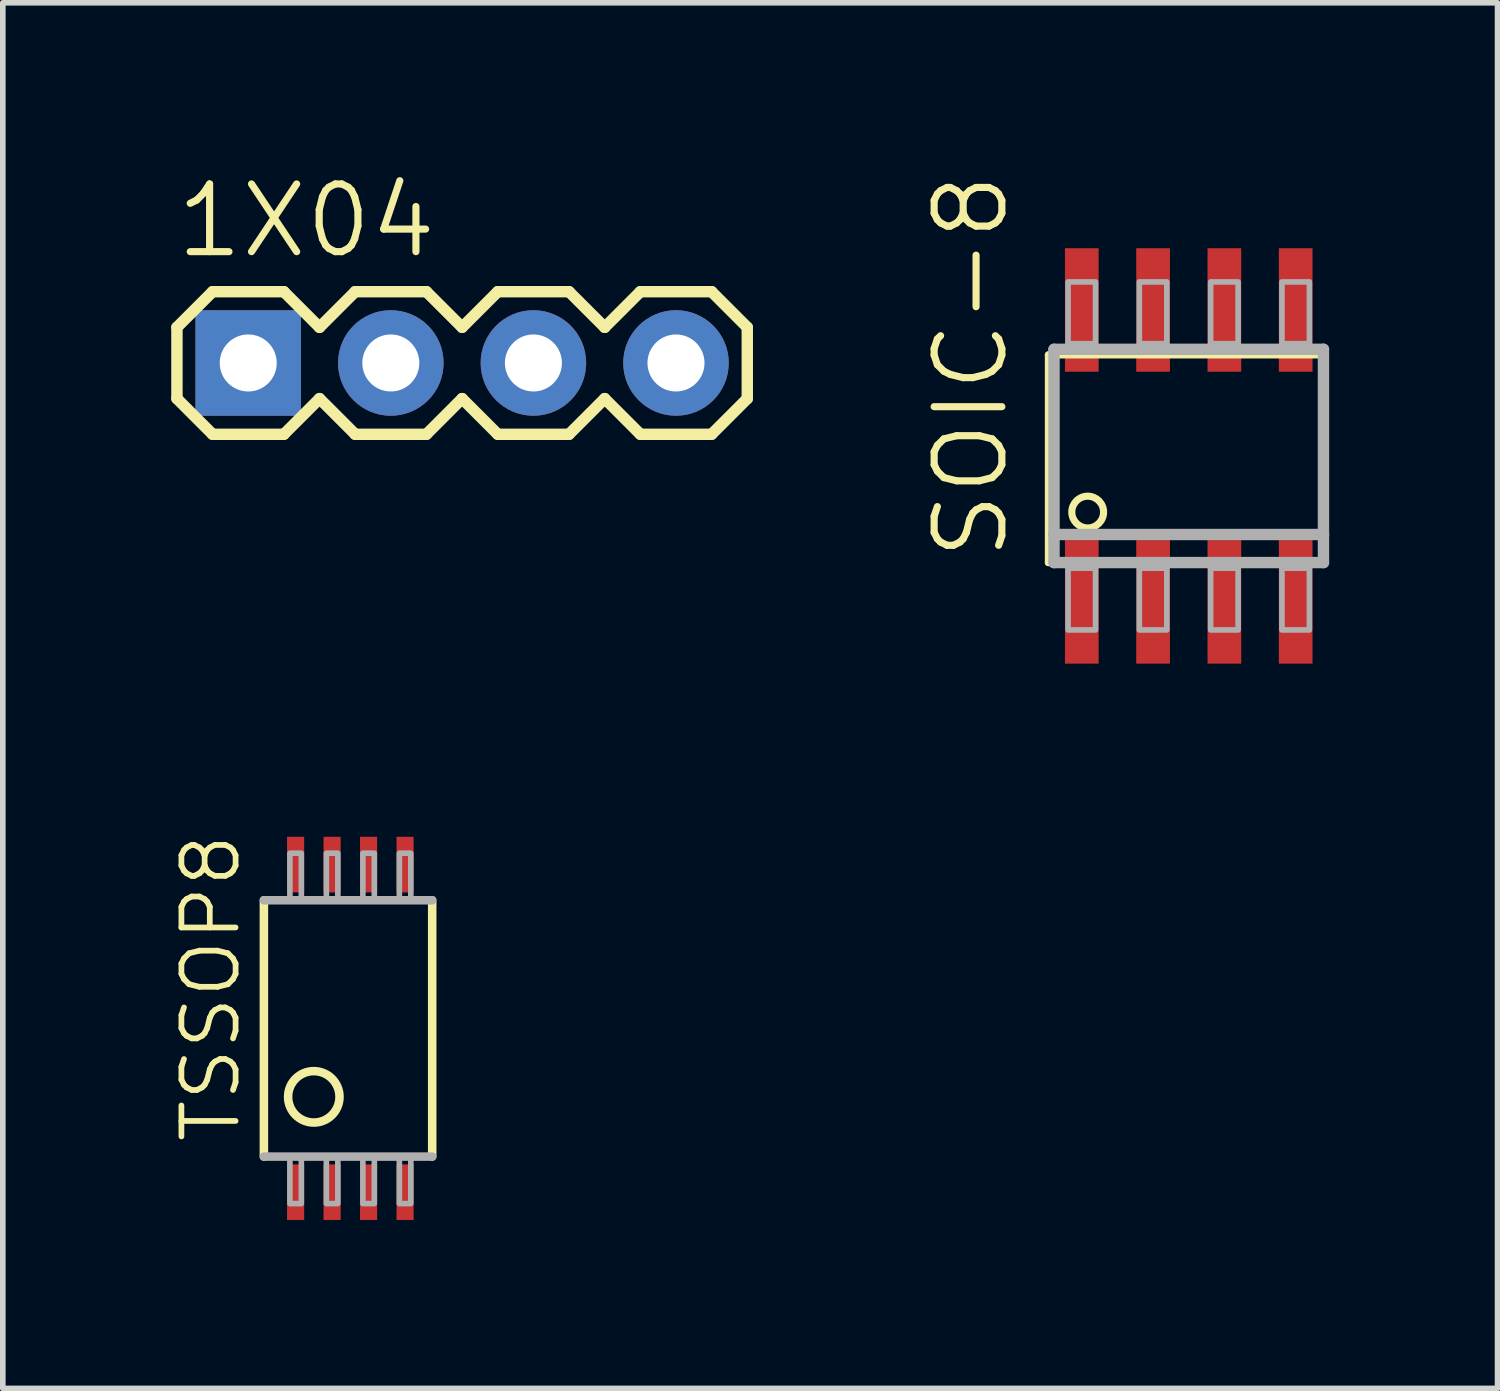
<source format=kicad_pcb>
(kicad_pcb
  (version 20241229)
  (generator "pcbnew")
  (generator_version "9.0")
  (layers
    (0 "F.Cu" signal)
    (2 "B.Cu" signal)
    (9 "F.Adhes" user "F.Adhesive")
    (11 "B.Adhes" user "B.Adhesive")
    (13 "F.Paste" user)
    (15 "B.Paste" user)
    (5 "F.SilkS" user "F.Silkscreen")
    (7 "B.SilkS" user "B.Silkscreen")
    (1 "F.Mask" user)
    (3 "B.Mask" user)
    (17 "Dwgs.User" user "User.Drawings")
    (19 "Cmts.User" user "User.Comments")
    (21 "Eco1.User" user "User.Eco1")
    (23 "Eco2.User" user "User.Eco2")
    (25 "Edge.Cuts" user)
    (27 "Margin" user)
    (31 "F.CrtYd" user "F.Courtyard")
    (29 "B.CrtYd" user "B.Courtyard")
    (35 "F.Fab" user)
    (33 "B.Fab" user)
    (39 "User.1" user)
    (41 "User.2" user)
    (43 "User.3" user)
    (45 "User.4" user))
  (footprint "TSSOP8"
    (layer "F.Cu")
    (at 2.896 15.27)
    (property "Reference" "TSSOP8" (at -1.626 2.083 90) (layer "F.SilkS") (effects (font (size 0.965 0.965) (thickness 0.102)) (justify left bottom)))
    (attr through_hole)
    (fp_line (start -1.245 2.283) (end -1.245 -2.283) (stroke (width 0.152) (type solid)) (layer "F.SilkS"))
    (fp_line (start 1.753 -2.283) (end 1.753 2.283) (stroke (width 0.152) (type solid)) (layer "F.SilkS"))
    (fp_circle (center -0.356 1.219) (end 0.102 1.219) (stroke (width 0.152) (type solid)) (fill no) (layer "F.SilkS"))
    (fp_line (start -1.245 2.283) (end 1.753 2.283) (stroke (width 0.152) (type solid)) (layer "F.Fab"))
    (fp_line (start 1.753 -2.283) (end -1.245 -2.283) (stroke (width 0.152) (type solid)) (layer "F.Fab"))
    (fp_poly (pts (xy -0.782 -2.283) (xy -0.578 -2.283) (xy -0.578 -3.121) (xy -0.782 -3.121)) (stroke (width 0.1) (type solid)) (fill no) (layer "F.Fab"))
    (fp_poly (pts (xy -0.782 3.121) (xy -0.578 3.121) (xy -0.578 2.283) (xy -0.782 2.283)) (stroke (width 0.1) (type solid)) (fill no) (layer "F.Fab"))
    (fp_poly (pts (xy -0.132 -2.283) (xy 0.072 -2.283) (xy 0.072 -3.121) (xy -0.132 -3.121)) (stroke (width 0.1) (type solid)) (fill no) (layer "F.Fab"))
    (fp_poly (pts (xy -0.132 3.121) (xy 0.072 3.121) (xy 0.072 2.283) (xy -0.132 2.283)) (stroke (width 0.1) (type solid)) (fill no) (layer "F.Fab"))
    (fp_poly (pts (xy 0.518 -2.283) (xy 0.722 -2.283) (xy 0.722 -3.121) (xy 0.518 -3.121)) (stroke (width 0.1) (type solid)) (fill no) (layer "F.Fab"))
    (fp_poly (pts (xy 0.518 3.121) (xy 0.722 3.121) (xy 0.722 2.283) (xy 0.518 2.283)) (stroke (width 0.1) (type solid)) (fill no) (layer "F.Fab"))
    (fp_poly (pts (xy 1.168 -2.283) (xy 1.372 -2.283) (xy 1.372 -3.121) (xy 1.168 -3.121)) (stroke (width 0.1) (type solid)) (fill no) (layer "F.Fab"))
    (fp_poly (pts (xy 1.168 3.121) (xy 1.372 3.121) (xy 1.372 2.283) (xy 1.168 2.283)) (stroke (width 0.1) (type solid)) (fill no) (layer "F.Fab"))
    (pad "1" smd rect (at -0.68 2.918) (size 0.305 0.991) (layers "F.Cu" "F.Mask" "F.Paste"))
    (pad "2" smd rect (at -0.03 2.918) (size 0.305 0.991) (layers "F.Cu" "F.Mask" "F.Paste"))
    (pad "3" smd rect (at 0.62 2.918) (size 0.305 0.991) (layers "F.Cu" "F.Mask" "F.Paste"))
    (pad "4" smd rect (at 1.27 2.918) (size 0.305 0.991) (layers "F.Cu" "F.Mask" "F.Paste"))
    (pad "5" smd rect (at 1.27 -2.918) (size 0.305 0.991) (layers "F.Cu" "F.Mask" "F.Paste"))
    (pad "6" smd rect (at 0.62 -2.918) (size 0.305 0.991) (layers "F.Cu" "F.Mask" "F.Paste"))
    (pad "7" smd rect (at -0.03 -2.918) (size 0.305 0.991) (layers "F.Cu" "F.Mask" "F.Paste"))
    (pad "8" smd rect (at -0.68 -2.918) (size 0.305 0.991) (layers "F.Cu" "F.Mask" "F.Paste")))
  (footprint "1X04"
    (layer "F.Cu")
    (at 1.372 3.416)
    (property "Reference" "1X04" (at -1.346 -1.829 0) (layer "F.SilkS") (effects (font (size 1.206 1.206) (thickness 0.127)) (justify left bottom)))
    (attr through_hole)
    (fp_line (start -1.27 -0.635) (end -1.27 0.635) (stroke (width 0.203) (type solid)) (layer "F.SilkS"))
    (fp_line (start -1.27 0.635) (end -0.635 1.27) (stroke (width 0.203) (type solid)) (layer "F.SilkS"))
    (fp_line (start -0.635 -1.27) (end -1.27 -0.635) (stroke (width 0.203) (type solid)) (layer "F.SilkS"))
    (fp_line (start -0.635 -1.27) (end 0.635 -1.27) (stroke (width 0.203) (type solid)) (layer "F.SilkS"))
    (fp_line (start 0.635 -1.27) (end 1.27 -0.635) (stroke (width 0.203) (type solid)) (layer "F.SilkS"))
    (fp_line (start 0.635 1.27) (end -0.635 1.27) (stroke (width 0.203) (type solid)) (layer "F.SilkS"))
    (fp_line (start 1.27 -0.635) (end 1.905 -1.27) (stroke (width 0.203) (type solid)) (layer "F.SilkS"))
    (fp_line (start 1.27 0.635) (end 0.635 1.27) (stroke (width 0.203) (type solid)) (layer "F.SilkS"))
    (fp_line (start 1.905 -1.27) (end 3.175 -1.27) (stroke (width 0.203) (type solid)) (layer "F.SilkS"))
    (fp_line (start 1.905 1.27) (end 1.27 0.635) (stroke (width 0.203) (type solid)) (layer "F.SilkS"))
    (fp_line (start 3.175 -1.27) (end 3.81 -0.635) (stroke (width 0.203) (type solid)) (layer "F.SilkS"))
    (fp_line (start 3.175 1.27) (end 1.905 1.27) (stroke (width 0.203) (type solid)) (layer "F.SilkS"))
    (fp_line (start 3.81 -0.635) (end 4.445 -1.27) (stroke (width 0.203) (type solid)) (layer "F.SilkS"))
    (fp_line (start 3.81 0.635) (end 3.175 1.27) (stroke (width 0.203) (type solid)) (layer "F.SilkS"))
    (fp_line (start 4.445 -1.27) (end 5.715 -1.27) (stroke (width 0.203) (type solid)) (layer "F.SilkS"))
    (fp_line (start 4.445 1.27) (end 3.81 0.635) (stroke (width 0.203) (type solid)) (layer "F.SilkS"))
    (fp_line (start 5.715 -1.27) (end 6.35 -0.635) (stroke (width 0.203) (type solid)) (layer "F.SilkS"))
    (fp_line (start 5.715 1.27) (end 4.445 1.27) (stroke (width 0.203) (type solid)) (layer "F.SilkS"))
    (fp_line (start 6.35 0.635) (end 5.715 1.27) (stroke (width 0.203) (type solid)) (layer "F.SilkS"))
    (fp_line (start 6.35 0.635) (end 6.985 1.27) (stroke (width 0.203) (type solid)) (layer "F.SilkS"))
    (fp_line (start 6.985 -1.27) (end 6.35 -0.635) (stroke (width 0.203) (type solid)) (layer "F.SilkS"))
    (fp_line (start 6.985 -1.27) (end 8.255 -1.27) (stroke (width 0.203) (type solid)) (layer "F.SilkS"))
    (fp_line (start 8.255 -1.27) (end 8.89 -0.635) (stroke (width 0.203) (type solid)) (layer "F.SilkS"))
    (fp_line (start 8.255 1.27) (end 6.985 1.27) (stroke (width 0.203) (type solid)) (layer "F.SilkS"))
    (fp_line (start 8.89 -0.635) (end 8.89 0.635) (stroke (width 0.203) (type solid)) (layer "F.SilkS"))
    (fp_line (start 8.89 0.635) (end 8.255 1.27) (stroke (width 0.203) (type solid)) (layer "F.SilkS"))
    (fp_poly (pts (xy -0.254 0.254) (xy 0.254 0.254) (xy 0.254 -0.254) (xy -0.254 -0.254)) (stroke (width 0.1) (type solid)) (fill no) (layer "F.Fab"))
    (fp_poly (pts (xy 2.286 0.254) (xy 2.794 0.254) (xy 2.794 -0.254) (xy 2.286 -0.254)) (stroke (width 0.1) (type solid)) (fill no) (layer "F.Fab"))
    (fp_poly (pts (xy 4.826 0.254) (xy 5.334 0.254) (xy 5.334 -0.254) (xy 4.826 -0.254)) (stroke (width 0.1) (type solid)) (fill no) (layer "F.Fab"))
    (fp_poly (pts (xy 7.366 0.254) (xy 7.874 0.254) (xy 7.874 -0.254) (xy 7.366 -0.254)) (stroke (width 0.1) (type solid)) (fill no) (layer "F.Fab"))
    (pad "1" thru_hole rect (at 0 0 90) (size 1.88 1.88) (drill 1.016) (layers "*.Cu" "*.Mask"))
    (pad "2" thru_hole circle (at 2.54 0 90) (size 1.88 1.88) (drill 1.016) (layers "*.Cu" "*.Mask"))
    (pad "3" thru_hole circle (at 5.08 0 90) (size 1.88 1.88) (drill 1.016) (layers "*.Cu" "*.Mask"))
    (pad "4" thru_hole circle (at 7.62 0 90) (size 1.88 1.88) (drill 1.016) (layers "*.Cu" "*.Mask")))
  (footprint "SOIC-8"
    (layer "F.Cu")
    (at 18.126 5.072)
    (property "Reference" "SOIC-8" (at -3.175 1.905 90) (layer "F.SilkS") (effects (font (size 1.206 1.206) (thickness 0.127)) (justify left bottom)))
    (attr through_hole)
    (fp_line (start -2.5 -1.8) (end 2.4 -1.8) (stroke (width 0.127) (type solid)) (layer "F.SilkS"))
    (fp_line (start -2.5 1.9) (end -2.5 -1.8) (stroke (width 0.127) (type solid)) (layer "F.SilkS"))
    (fp_line (start 2.4 -1.8) (end 2.4 1.9) (stroke (width 0.127) (type solid)) (layer "F.SilkS"))
    (fp_line (start 2.4 1.9) (end -2.5 1.9) (stroke (width 0.127) (type solid)) (layer "F.SilkS"))
    (fp_circle (center -1.8 1) (end -1.517 1) (stroke (width 0.127) (type solid)) (fill no) (layer "F.SilkS"))
    (fp_line (start -2.4 -1.9) (end 2.4 -1.9) (stroke (width 0.203) (type solid)) (layer "F.Fab"))
    (fp_line (start -2.4 1.4) (end -2.4 -1.9) (stroke (width 0.203) (type solid)) (layer "F.Fab"))
    (fp_line (start -2.4 1.9) (end -2.4 1.4) (stroke (width 0.203) (type solid)) (layer "F.Fab"))
    (fp_line (start 2.4 -1.9) (end 2.4 1.4) (stroke (width 0.203) (type solid)) (layer "F.Fab"))
    (fp_line (start 2.4 1.4) (end -2.4 1.4) (stroke (width 0.203) (type solid)) (layer "F.Fab"))
    (fp_line (start 2.4 1.4) (end 2.4 1.9) (stroke (width 0.203) (type solid)) (layer "F.Fab"))
    (fp_line (start 2.4 1.9) (end -2.4 1.9) (stroke (width 0.203) (type solid)) (layer "F.Fab"))
    (fp_poly (pts (xy -2.15 -2) (xy -1.66 -2) (xy -1.66 -3.1) (xy -2.15 -3.1)) (stroke (width 0.1) (type solid)) (fill no) (layer "F.Fab"))
    (fp_poly (pts (xy -2.15 3.1) (xy -1.66 3.1) (xy -1.66 2) (xy -2.15 2)) (stroke (width 0.1) (type solid)) (fill no) (layer "F.Fab"))
    (fp_poly (pts (xy -0.88 -2) (xy -0.39 -2) (xy -0.39 -3.1) (xy -0.88 -3.1)) (stroke (width 0.1) (type solid)) (fill no) (layer "F.Fab"))
    (fp_poly (pts (xy -0.88 3.1) (xy -0.39 3.1) (xy -0.39 2) (xy -0.88 2)) (stroke (width 0.1) (type solid)) (fill no) (layer "F.Fab"))
    (fp_poly (pts (xy 0.39 -2) (xy 0.88 -2) (xy 0.88 -3.1) (xy 0.39 -3.1)) (stroke (width 0.1) (type solid)) (fill no) (layer "F.Fab"))
    (fp_poly (pts (xy 0.39 3.1) (xy 0.88 3.1) (xy 0.88 2) (xy 0.39 2)) (stroke (width 0.1) (type solid)) (fill no) (layer "F.Fab"))
    (fp_poly (pts (xy 1.66 -2) (xy 2.15 -2) (xy 2.15 -3.1) (xy 1.66 -3.1)) (stroke (width 0.1) (type solid)) (fill no) (layer "F.Fab"))
    (fp_poly (pts (xy 1.66 3.1) (xy 2.15 3.1) (xy 2.15 2) (xy 1.66 2)) (stroke (width 0.1) (type solid)) (fill no) (layer "F.Fab"))
    (pad "1" smd rect (at -1.905 2.6) (size 0.6 2.2) (layers "F.Cu" "F.Mask" "F.Paste"))
    (pad "2" smd rect (at -0.635 2.6) (size 0.6 2.2) (layers "F.Cu" "F.Mask" "F.Paste"))
    (pad "3" smd rect (at 0.635 2.6) (size 0.6 2.2) (layers "F.Cu" "F.Mask" "F.Paste"))
    (pad "4" smd rect (at 1.905 2.6) (size 0.6 2.2) (layers "F.Cu" "F.Mask" "F.Paste"))
    (pad "5" smd rect (at 1.905 -2.6) (size 0.6 2.2) (layers "F.Cu" "F.Mask" "F.Paste"))
    (pad "6" smd rect (at 0.635 -2.6) (size 0.6 2.2) (layers "F.Cu" "F.Mask" "F.Paste"))
    (pad "7" smd rect (at -0.635 -2.6) (size 0.6 2.2) (layers "F.Cu" "F.Mask" "F.Paste"))
    (pad "8" smd rect (at -1.905 -2.6) (size 0.6 2.2) (layers "F.Cu" "F.Mask" "F.Paste")))
  (gr_rect
    (start -3 -3)
    (end 23.627 21.683)
    (stroke (width 0.1) (type default))
    (fill no)
    (layer "Edge.Cuts")))
</source>
